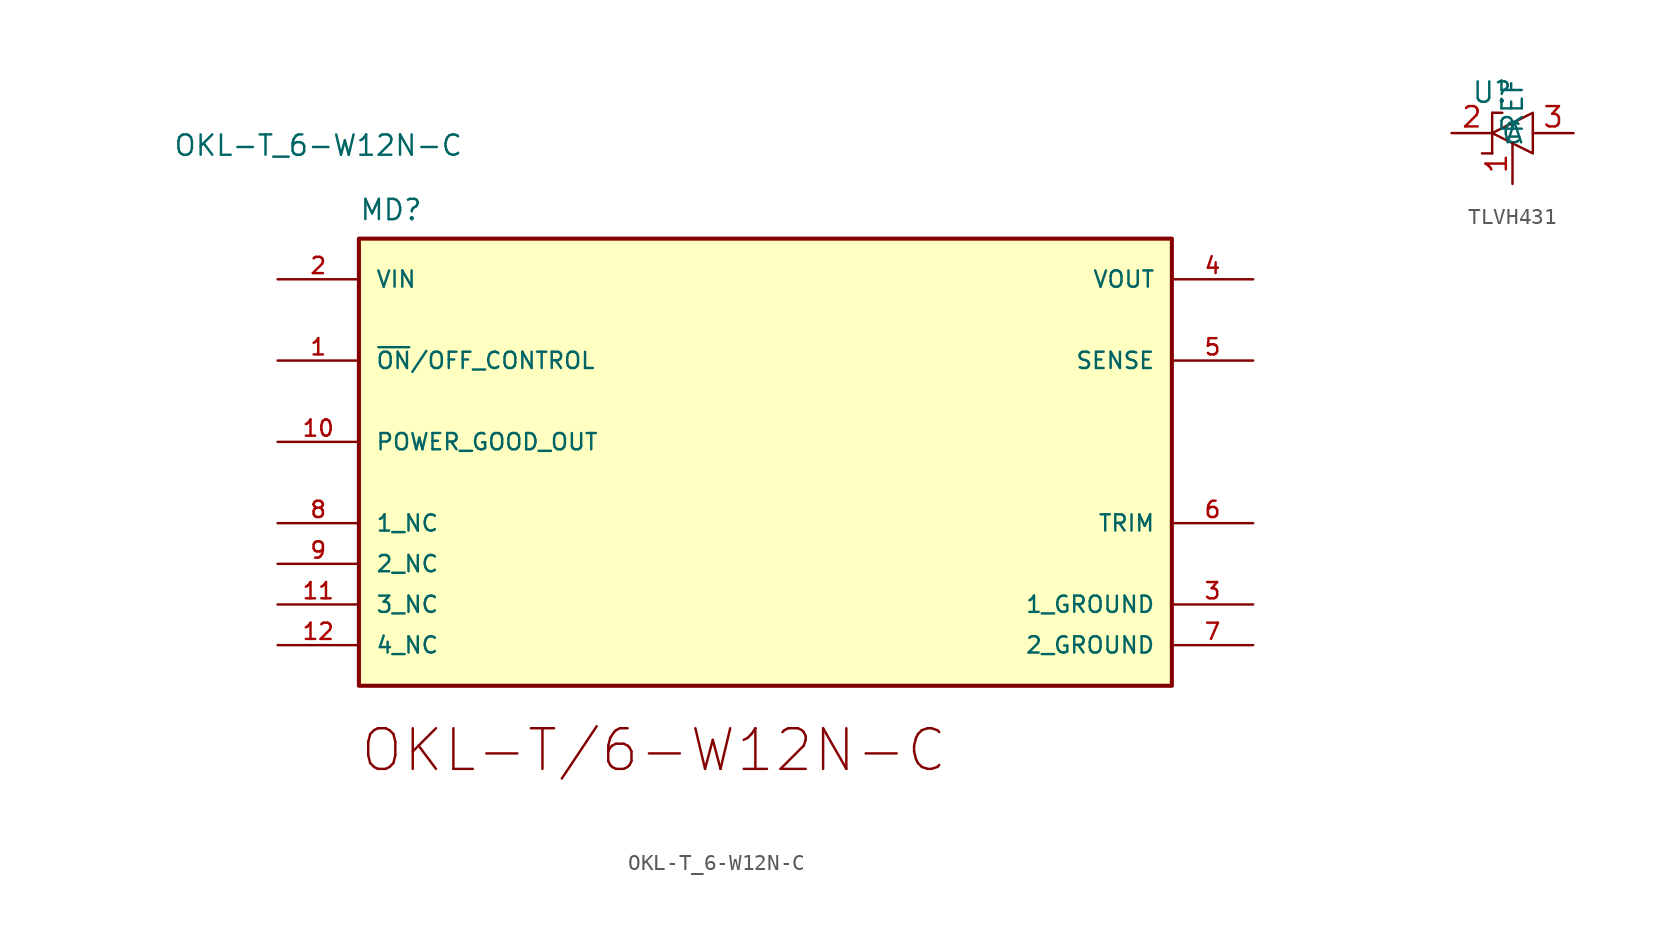
<source format=kicad_sym>
(kicad_symbol_lib
  (version 20220914)
  (generator kicad_symbol_editor)
  (symbol "OKL-T_6-W12N-C"
    (pin_names
      (offset 1.016))
    (property "Reference" "MD"
      (at 2.54 -2.54 0)
      (effects (font (size 1.27 1.27)) (justify left top)))
    (property "Value" "OKL-T_6-W12N-C"
      (at 0 0 0)
      (effects (font (size 1.27 1.27)) (justify bottom)))
    (symbol "OKL-T_6-W12N-C_0_0"
      (rectangle (start 2.54 -33.02) (end 53.34 -5.08) (stroke (width 0.254) (type default)) (fill (type background)))
      (text "OKL-T/6-W12N-C" (at 2.54 -35.56 0) (effects (font (size 2.54 2.54)) (justify left top)))
      (pin bidirectional line (at -2.54 -12.7 0) (length 5.08) (name "~{ON}/OFF_CONTROL" (effects (font (size 1.016 1.016)))) (number "1" (effects (font (size 1.016 1.016)))))
      (pin open_collector line (at -2.54 -17.78 0) (length 5.08) (name "POWER_GOOD_OUT" (effects (font (size 1.016 1.016)))) (number "10" (effects (font (size 1.016 1.016)))))
      (pin passive line (at -2.54 -27.94 0) (length 5.08) (name "3_NC" (effects (font (size 1.016 1.016)))) (number "11" (effects (font (size 1.016 1.016)))))
      (pin passive line (at -2.54 -30.48 0) (length 5.08) (name "4_NC" (effects (font (size 1.016 1.016)))) (number "12" (effects (font (size 1.016 1.016)))))
      (pin bidirectional line (at -2.54 -7.62 0) (length 5.08) (name "VIN" (effects (font (size 1.016 1.016)))) (number "2" (effects (font (size 1.016 1.016)))))
      (pin power_in line (at 58.42 -27.94 180) (length 5.08) (name "1_GROUND" (effects (font (size 1.016 1.016)))) (number "3" (effects (font (size 1.016 1.016)))))
      (pin bidirectional line (at 58.42 -7.62 180) (length 5.08) (name "VOUT" (effects (font (size 1.016 1.016)))) (number "4" (effects (font (size 1.016 1.016)))))
      (pin passive line (at 58.42 -12.7 180) (length 5.08) (name "SENSE" (effects (font (size 1.016 1.016)))) (number "5" (effects (font (size 1.016 1.016)))))
      (pin passive line (at 58.42 -22.86 180) (length 5.08) (name "TRIM" (effects (font (size 1.016 1.016)))) (number "6" (effects (font (size 1.016 1.016)))))
      (pin power_in line (at 58.42 -30.48 180) (length 5.08) (name "2_GROUND" (effects (font (size 1.016 1.016)))) (number "7" (effects (font (size 1.016 1.016)))))
      (pin passive line (at -2.54 -22.86 0) (length 5.08) (name "1_NC" (effects (font (size 1.016 1.016)))) (number "8" (effects (font (size 1.016 1.016)))))
      (pin passive line (at -2.54 -25.4 0) (length 5.08) (name "2_NC" (effects (font (size 1.016 1.016)))) (number "9" (effects (font (size 1.016 1.016)))))))
  (symbol "TLVH431"
    (property "Reference" "U"
      (at 0 0 0)
      (effects (font (size 1.27 1.27))))
    (property "Value" ""
      (at 0 0 0)
      (effects (font (size 1.27 1.27))))
    (symbol "TLVH431_0_1"
      (polyline (pts (xy -0.635 -3.81) (xy 0 -3.81)) (stroke (width 0) (type default)) (fill (type none)))
      (polyline (pts (xy 0 -2.54) (xy 0 -3.81)) (stroke (width 0) (type default)) (fill (type none)))
      (polyline (pts (xy 0 -2.54) (xy 0 -1.27)) (stroke (width 0) (type default)) (fill (type none)))
      (polyline (pts (xy 0 -1.27) (xy 0.635 -1.27)) (stroke (width 0) (type default)) (fill (type none)))
      (polyline (pts (xy 0 -2.54) (xy 2.54 -1.27) (xy 2.54 -3.81) (xy 0 -2.54)) (stroke (width 0) (type default)) (fill (type none))))
    (symbol "TLVH431_1_1"
      (pin passive line (at 1.27 -5.715 90) (length 2.54) (name "REF" (effects (font (size 1.27 1.27)))) (number "1" (effects (font (size 1.27 1.27)))))
      (pin passive line (at -2.54 -2.54 0) (length 2.54) (name "C" (effects (font (size 1.27 1.27)))) (number "2" (effects (font (size 1.27 1.27)))))
      (pin passive line (at 5.08 -2.54 180) (length 2.54) (name "A" (effects (font (size 1.27 1.27)))) (number "3" (effects (font (size 1.27 1.27))))))))
</source>
